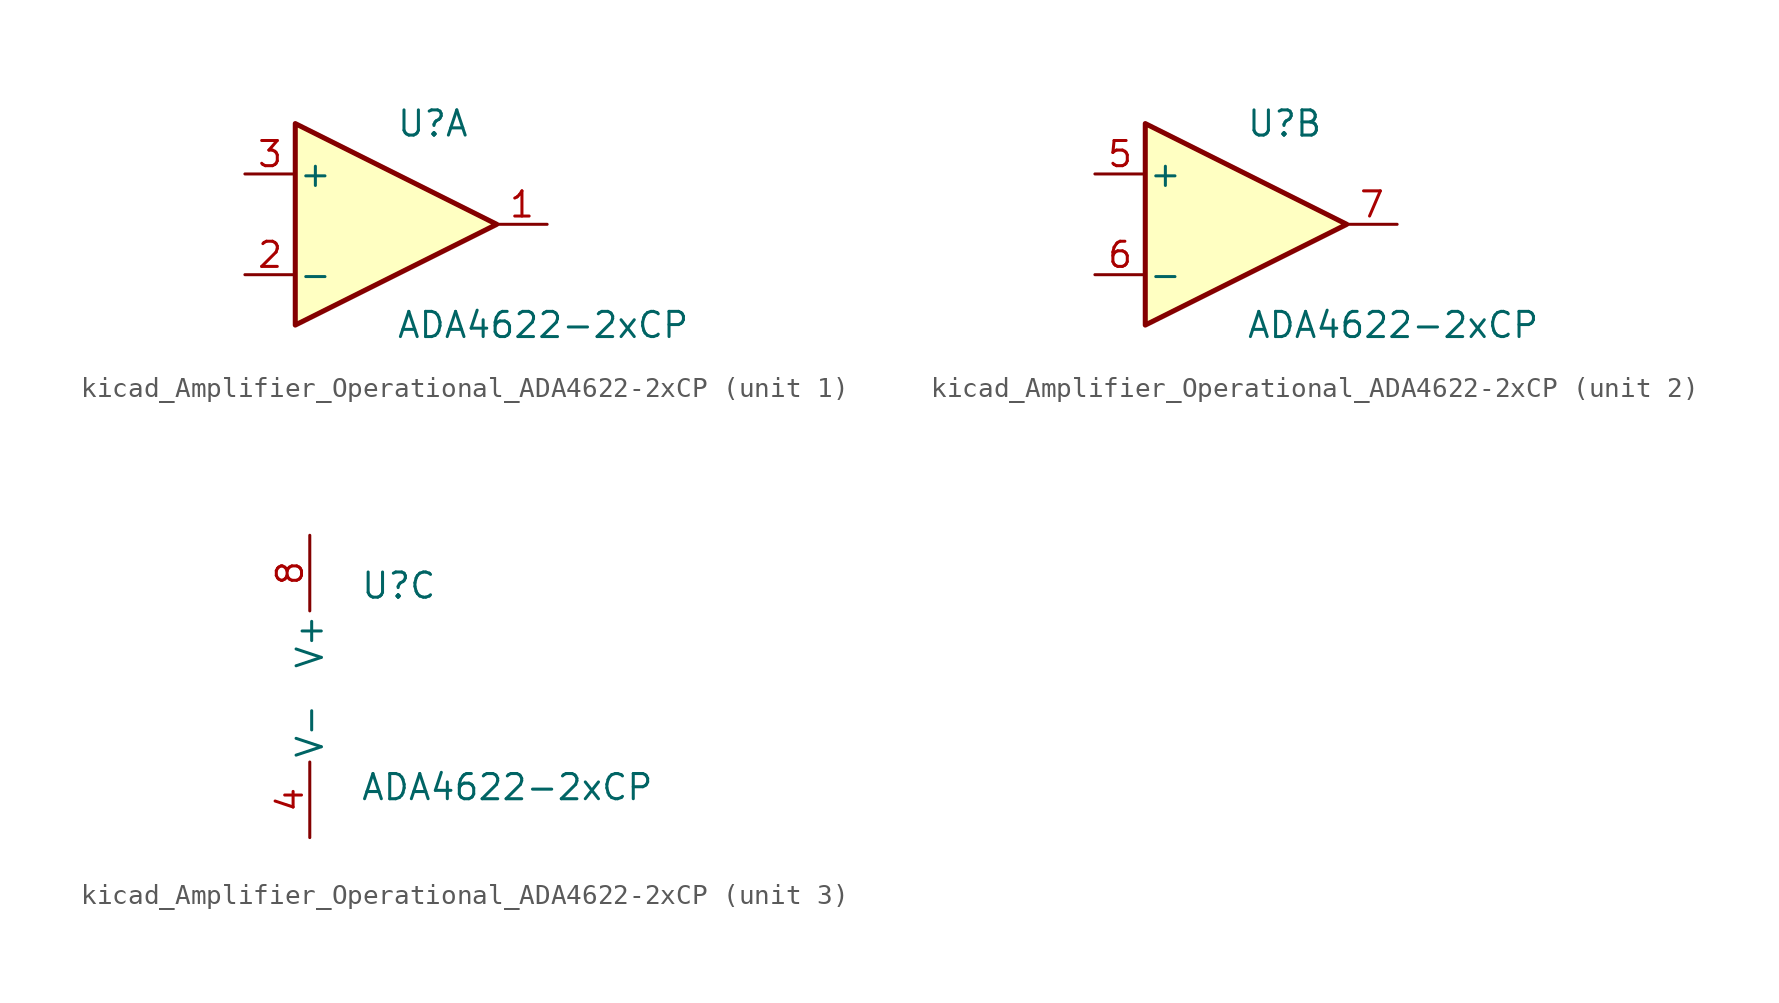
<source format=kicad_sym>
(kicad_symbol_lib
  (version 20220914)
  (generator kicad_symbol_editor)
  (symbol "kicad_Amplifier_Operational_ADA4622-2xCP"
    (pin_names
      (offset 0.127))
    (property "Reference" "U"
      (at 0 5.08 0)
      (effects (font (size 1.27 1.27)) (justify left)))
    (property "Value" "ADA4622-2xCP"
      (at 0 -5.08 0)
      (effects (font (size 1.27 1.27)) (justify left)))
    (property "ki_locked" ""
      (at 0 0 0)
      (effects (font (size 1.27 1.27))))
    (symbol "kicad_Amplifier_Operational_ADA4622-2xCP_1_1"
      (polyline (pts (xy -5.08 5.08) (xy 5.08 0) (xy -5.08 -5.08) (xy -5.08 5.08)) (stroke (width 0.254) (type default)) (fill (type background)))
      (pin output line (at 7.62 0 180) (length 2.54) (name "~" (effects (font (size 1.27 1.27)))) (number "1" (effects (font (size 1.27 1.27)))))
      (pin input line (at -7.62 -2.54 0) (length 2.54) (name "-" (effects (font (size 1.27 1.27)))) (number "2" (effects (font (size 1.27 1.27)))))
      (pin input line (at -7.62 2.54 0) (length 2.54) (name "+" (effects (font (size 1.27 1.27)))) (number "3" (effects (font (size 1.27 1.27))))))
    (symbol "kicad_Amplifier_Operational_ADA4622-2xCP_2_1"
      (polyline (pts (xy -5.08 5.08) (xy 5.08 0) (xy -5.08 -5.08) (xy -5.08 5.08)) (stroke (width 0.254) (type default)) (fill (type background)))
      (pin input line (at -7.62 2.54 0) (length 2.54) (name "+" (effects (font (size 1.27 1.27)))) (number "5" (effects (font (size 1.27 1.27)))))
      (pin input line (at -7.62 -2.54 0) (length 2.54) (name "-" (effects (font (size 1.27 1.27)))) (number "6" (effects (font (size 1.27 1.27)))))
      (pin output line (at 7.62 0 180) (length 2.54) (name "~" (effects (font (size 1.27 1.27)))) (number "7" (effects (font (size 1.27 1.27))))))
    (symbol "kicad_Amplifier_Operational_ADA4622-2xCP_3_1"
      (pin power_in line (at -2.54 -7.62 90) (length 3.81) (name "V-" (effects (font (size 1.27 1.27)))) (number "4" (effects (font (size 1.27 1.27)))))
      (pin power_in line (at -2.54 7.62 270) (length 3.81) (name "V+" (effects (font (size 1.27 1.27)))) (number "8" (effects (font (size 1.27 1.27)))))
      (pin passive line (at -2.54 7.62 270) (length 3.81) hide (name "V+" (effects (font (size 1.27 1.27)))) (number "9" (effects (font (size 1.27 1.27))))))))
</source>
